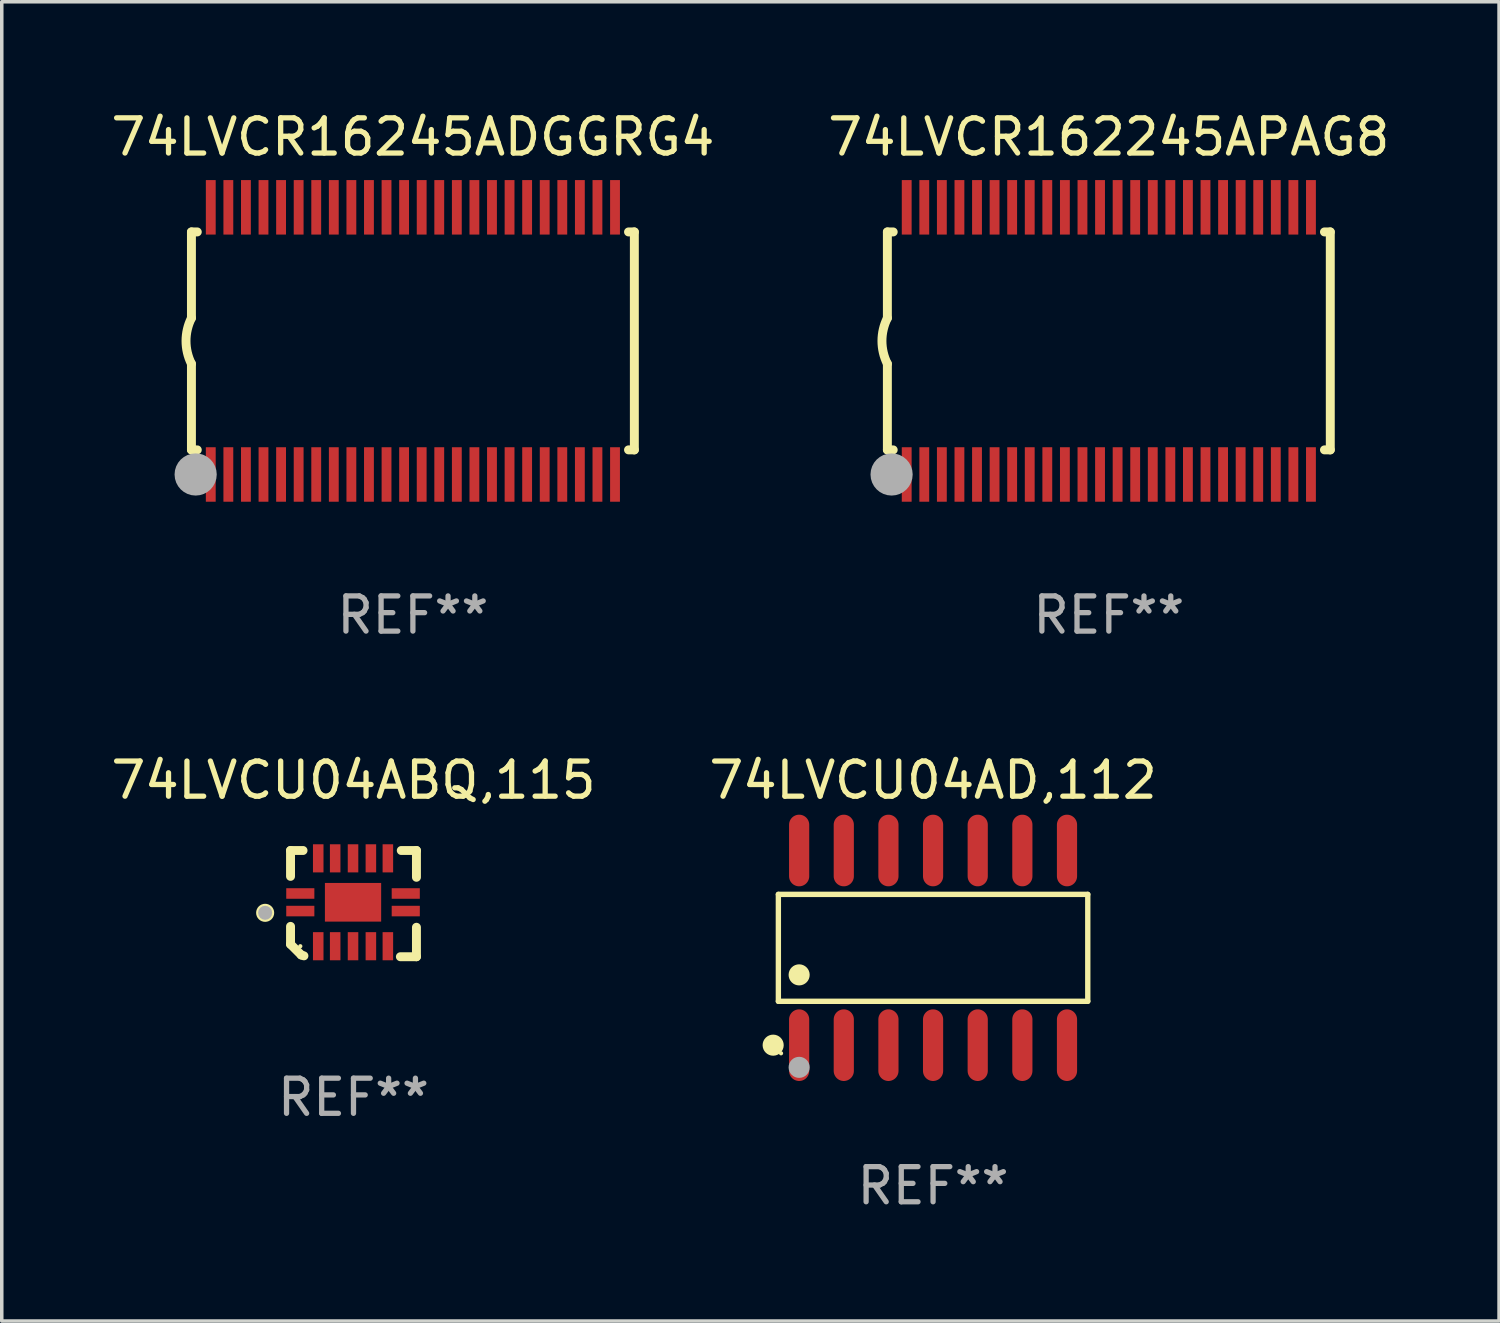
<source format=kicad_pcb>
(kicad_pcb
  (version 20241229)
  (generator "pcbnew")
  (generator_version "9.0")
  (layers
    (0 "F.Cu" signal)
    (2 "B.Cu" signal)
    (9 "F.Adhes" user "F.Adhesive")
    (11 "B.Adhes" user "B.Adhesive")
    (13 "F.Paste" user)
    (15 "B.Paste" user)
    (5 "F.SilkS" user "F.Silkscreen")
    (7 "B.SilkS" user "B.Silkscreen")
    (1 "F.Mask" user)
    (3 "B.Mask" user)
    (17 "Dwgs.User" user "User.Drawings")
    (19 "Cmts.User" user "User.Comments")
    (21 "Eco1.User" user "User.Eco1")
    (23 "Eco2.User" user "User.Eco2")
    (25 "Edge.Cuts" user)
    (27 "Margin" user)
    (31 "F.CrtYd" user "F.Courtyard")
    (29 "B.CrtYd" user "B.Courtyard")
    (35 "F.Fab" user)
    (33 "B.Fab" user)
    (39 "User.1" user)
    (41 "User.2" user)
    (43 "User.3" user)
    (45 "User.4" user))
  (footprint "74LVCR16245ADGGRG4"
    (layer "F.Cu")
    (at 8.696 6.648)
    (property "Reference" "74LVCR16245ADGGRG4" (at 0 -5.8 0) (layer "F.SilkS") (effects (font (size 1 1) (thickness 0.15))))
    (attr through_hole)
    (fp_line (start -6.3 -3.1) (end -6.3 -0.65) (stroke (width 0.254) (type solid)) (layer "F.SilkS"))
    (fp_line (start -6.3 -3.1) (end -6.134 -3.1) (stroke (width 0.254) (type solid)) (layer "F.SilkS"))
    (fp_line (start -6.3 3.1) (end -6.3 0.65) (stroke (width 0.254) (type solid)) (layer "F.SilkS"))
    (fp_line (start -6.3 3.1) (end -6.134 3.1) (stroke (width 0.254) (type solid)) (layer "F.SilkS"))
    (fp_line (start 6.134 -3.1) (end 6.3 -3.1) (stroke (width 0.254) (type solid)) (layer "F.SilkS"))
    (fp_line (start 6.134 3.1) (end 6.3 3.1) (stroke (width 0.254) (type solid)) (layer "F.SilkS"))
    (fp_line (start 6.3 -3.1) (end 6.3 3.1) (stroke (width 0.254) (type solid)) (layer "F.SilkS"))
    (fp_arc (start -6.301016 0.650114) (mid -6.45413 -0.000082) (end -6.3 -0.650038) (stroke (width 0.254001) (type solid)) (layer "F.SilkS"))
    (fp_circle (center -6.35 3.81) (end -6.223 3.81) (stroke (width 0.254) (type solid)) (fill no) (layer "F.SilkS"))
    (fp_circle (center -6.25 4.05) (end -6.22 4.05) (stroke (width 0.06) (type solid)) (fill no) (layer "F.SilkS"))
    (fp_circle (center -6.18 3.8) (end -5.88 3.8) (stroke (width 0.6) (type solid)) (fill no) (layer "F.Fab"))
    (fp_text user "REF**" (at 0 7.8 0) (layer "F.Fab") (effects (font (size 1 1) (thickness 0.15))))
    (pad "1" smd rect (at -5.75 3.8) (size 0.28 1.55) (layers "F.Cu" "F.Mask" "F.Paste"))
    (pad "2" smd rect (at -5.25 3.8) (size 0.28 1.55) (layers "F.Cu" "F.Mask" "F.Paste"))
    (pad "3" smd rect (at -4.75 3.8) (size 0.28 1.55) (layers "F.Cu" "F.Mask" "F.Paste"))
    (pad "4" smd rect (at -4.25 3.8) (size 0.28 1.55) (layers "F.Cu" "F.Mask" "F.Paste"))
    (pad "5" smd rect (at -3.75 3.8) (size 0.28 1.55) (layers "F.Cu" "F.Mask" "F.Paste"))
    (pad "6" smd rect (at -3.25 3.8) (size 0.28 1.55) (layers "F.Cu" "F.Mask" "F.Paste"))
    (pad "7" smd rect (at -2.75 3.8) (size 0.28 1.55) (layers "F.Cu" "F.Mask" "F.Paste"))
    (pad "8" smd rect (at -2.25 3.8) (size 0.28 1.55) (layers "F.Cu" "F.Mask" "F.Paste"))
    (pad "9" smd rect (at -1.75 3.8) (size 0.28 1.55) (layers "F.Cu" "F.Mask" "F.Paste"))
    (pad "10" smd rect (at -1.25 3.8) (size 0.28 1.55) (layers "F.Cu" "F.Mask" "F.Paste"))
    (pad "11" smd rect (at -0.75 3.8) (size 0.28 1.55) (layers "F.Cu" "F.Mask" "F.Paste"))
    (pad "12" smd rect (at -0.25 3.8) (size 0.28 1.55) (layers "F.Cu" "F.Mask" "F.Paste"))
    (pad "13" smd rect (at 0.25 3.8) (size 0.28 1.55) (layers "F.Cu" "F.Mask" "F.Paste"))
    (pad "14" smd rect (at 0.75 3.8) (size 0.28 1.55) (layers "F.Cu" "F.Mask" "F.Paste"))
    (pad "15" smd rect (at 1.25 3.8) (size 0.28 1.55) (layers "F.Cu" "F.Mask" "F.Paste"))
    (pad "16" smd rect (at 1.75 3.8) (size 0.28 1.55) (layers "F.Cu" "F.Mask" "F.Paste"))
    (pad "17" smd rect (at 2.25 3.8) (size 0.28 1.55) (layers "F.Cu" "F.Mask" "F.Paste"))
    (pad "18" smd rect (at 2.75 3.8) (size 0.28 1.55) (layers "F.Cu" "F.Mask" "F.Paste"))
    (pad "19" smd rect (at 3.25 3.8) (size 0.28 1.55) (layers "F.Cu" "F.Mask" "F.Paste"))
    (pad "20" smd rect (at 3.75 3.8) (size 0.28 1.55) (layers "F.Cu" "F.Mask" "F.Paste"))
    (pad "21" smd rect (at 4.25 3.8) (size 0.28 1.55) (layers "F.Cu" "F.Mask" "F.Paste"))
    (pad "22" smd rect (at 4.75 3.8) (size 0.28 1.55) (layers "F.Cu" "F.Mask" "F.Paste"))
    (pad "23" smd rect (at 5.25 3.8) (size 0.28 1.55) (layers "F.Cu" "F.Mask" "F.Paste"))
    (pad "24" smd rect (at 5.75 3.8) (size 0.28 1.55) (layers "F.Cu" "F.Mask" "F.Paste"))
    (pad "25" smd rect (at 5.75 -3.8) (size 0.28 1.55) (layers "F.Cu" "F.Mask" "F.Paste"))
    (pad "26" smd rect (at 5.25 -3.8) (size 0.28 1.55) (layers "F.Cu" "F.Mask" "F.Paste"))
    (pad "27" smd rect (at 4.75 -3.8) (size 0.28 1.55) (layers "F.Cu" "F.Mask" "F.Paste"))
    (pad "28" smd rect (at 4.25 -3.8) (size 0.28 1.55) (layers "F.Cu" "F.Mask" "F.Paste"))
    (pad "29" smd rect (at 3.75 -3.8) (size 0.28 1.55) (layers "F.Cu" "F.Mask" "F.Paste"))
    (pad "30" smd rect (at 3.25 -3.8) (size 0.28 1.55) (layers "F.Cu" "F.Mask" "F.Paste"))
    (pad "31" smd rect (at 2.75 -3.8) (size 0.28 1.55) (layers "F.Cu" "F.Mask" "F.Paste"))
    (pad "32" smd rect (at 2.25 -3.8) (size 0.28 1.55) (layers "F.Cu" "F.Mask" "F.Paste"))
    (pad "33" smd rect (at 1.75 -3.8) (size 0.28 1.55) (layers "F.Cu" "F.Mask" "F.Paste"))
    (pad "34" smd rect (at 1.25 -3.8) (size 0.28 1.55) (layers "F.Cu" "F.Mask" "F.Paste"))
    (pad "35" smd rect (at 0.75 -3.8) (size 0.28 1.55) (layers "F.Cu" "F.Mask" "F.Paste"))
    (pad "36" smd rect (at 0.25 -3.8) (size 0.28 1.55) (layers "F.Cu" "F.Mask" "F.Paste"))
    (pad "37" smd rect (at -0.25 -3.8) (size 0.28 1.55) (layers "F.Cu" "F.Mask" "F.Paste"))
    (pad "38" smd rect (at -0.75 -3.8) (size 0.28 1.55) (layers "F.Cu" "F.Mask" "F.Paste"))
    (pad "39" smd rect (at -1.25 -3.8) (size 0.28 1.55) (layers "F.Cu" "F.Mask" "F.Paste"))
    (pad "40" smd rect (at -1.75 -3.8) (size 0.28 1.55) (layers "F.Cu" "F.Mask" "F.Paste"))
    (pad "41" smd rect (at -2.25 -3.8) (size 0.28 1.55) (layers "F.Cu" "F.Mask" "F.Paste"))
    (pad "42" smd rect (at -2.75 -3.8) (size 0.28 1.55) (layers "F.Cu" "F.Mask" "F.Paste"))
    (pad "43" smd rect (at -3.25 -3.8) (size 0.28 1.55) (layers "F.Cu" "F.Mask" "F.Paste"))
    (pad "44" smd rect (at -3.75 -3.8) (size 0.28 1.55) (layers "F.Cu" "F.Mask" "F.Paste"))
    (pad "45" smd rect (at -4.25 -3.8) (size 0.28 1.55) (layers "F.Cu" "F.Mask" "F.Paste"))
    (pad "46" smd rect (at -4.75 -3.8) (size 0.28 1.55) (layers "F.Cu" "F.Mask" "F.Paste"))
    (pad "47" smd rect (at -5.25 -3.8) (size 0.28 1.55) (layers "F.Cu" "F.Mask" "F.Paste"))
    (pad "48" smd rect (at -5.75 -3.8) (size 0.28 1.55) (layers "F.Cu" "F.Mask" "F.Paste")))
  (footprint "74LVCU04ABQ,115"
    (layer "F.Cu")
    (at 7.006 22.656)
    (property "Reference" "74LVCU04ABQ,115" (at 0 -3.511 0) (layer "F.SilkS") (effects (font (size 1 1) (thickness 0.15))))
    (attr through_hole)
    (fp_line (start -1.791 -1.511) (end -1.435 -1.511) (stroke (width 0.254) (type solid)) (layer "F.SilkS"))
    (fp_line (start -1.791 -0.775) (end -1.791 -1.511) (stroke (width 0.254) (type solid)) (layer "F.SilkS"))
    (fp_line (start -1.791 1.156) (end -1.791 0.648) (stroke (width 0.254) (type solid)) (layer "F.SilkS"))
    (fp_line (start -1.486 1.461) (end -1.791 1.156) (stroke (width 0.254) (type solid)) (layer "F.SilkS"))
    (fp_line (start -1.41 1.486) (end -1.486 1.461) (stroke (width 0.254) (type solid)) (layer "F.SilkS"))
    (fp_line (start 1.334 1.511) (end 1.791 1.511) (stroke (width 0.254) (type solid)) (layer "F.SilkS"))
    (fp_line (start 1.791 -1.511) (end 1.359 -1.511) (stroke (width 0.254) (type solid)) (layer "F.SilkS"))
    (fp_line (start 1.791 -0.749) (end 1.791 -1.511) (stroke (width 0.254) (type solid)) (layer "F.SilkS"))
    (fp_line (start 1.791 1.511) (end 1.791 0.673) (stroke (width 0.254) (type solid)) (layer "F.SilkS"))
    (fp_circle (center -2.513 0.262) (end -2.383 0.262) (stroke (width 0.254) (type solid)) (fill no) (layer "F.SilkS"))
    (fp_circle (center -1.513 1.212) (end -1.483 1.212) (stroke (width 0.06) (type solid)) (fill no) (layer "F.SilkS"))
    (fp_circle (center -2.513 0.262) (end -2.413 0.262) (stroke (width 0.2) (type solid)) (fill no) (layer "F.Fab"))
    (fp_text user "REF**" (at 0 5.511 0) (layer "F.Fab") (effects (font (size 1 1) (thickness 0.15))))
    (pad "1" smd rect (at -1.513 0.212) (size 0.8 0.3) (layers "F.Cu" "F.Mask" "F.Paste"))
    (pad "2" smd rect (at -1.003 1.212) (size 0.3 0.8) (layers "F.Cu" "F.Mask" "F.Paste"))
    (pad "3" smd rect (at -0.521 1.212) (size 0.3 0.8) (layers "F.Cu" "F.Mask" "F.Paste"))
    (pad "4" smd rect (at -0.013 1.212) (size 0.3 0.8) (layers "F.Cu" "F.Mask" "F.Paste"))
    (pad "5" smd rect (at 0.495 1.212) (size 0.3 0.8) (layers "F.Cu" "F.Mask" "F.Paste"))
    (pad "6" smd rect (at 0.978 1.212) (size 0.3 0.8) (layers "F.Cu" "F.Mask" "F.Paste"))
    (pad "7" smd rect (at 1.487 0.212) (size 0.8 0.3) (layers "F.Cu" "F.Mask" "F.Paste"))
    (pad "8" smd rect (at 1.487 -0.288) (size 0.8 0.3) (layers "F.Cu" "F.Mask" "F.Paste"))
    (pad "9" smd rect (at 0.978 -1.288) (size 0.3 0.8) (layers "F.Cu" "F.Mask" "F.Paste"))
    (pad "10" smd rect (at 0.495 -1.288) (size 0.3 0.8) (layers "F.Cu" "F.Mask" "F.Paste"))
    (pad "11" smd rect (at -0.013 -1.288) (size 0.3 0.8) (layers "F.Cu" "F.Mask" "F.Paste"))
    (pad "12" smd rect (at -0.521 -1.288) (size 0.3 0.8) (layers "F.Cu" "F.Mask" "F.Paste"))
    (pad "13" smd rect (at -1.003 -1.288) (size 0.3 0.8) (layers "F.Cu" "F.Mask" "F.Paste"))
    (pad "14" smd rect (at -1.513 -0.288) (size 0.8 0.3) (layers "F.Cu" "F.Mask" "F.Paste"))
    (pad "15" smd rect (at -0.013 -0.038 90) (size 1.1 1.6) (layers "F.Cu" "F.Mask" "F.Paste")))
  (footprint "74LVCU04AD,112"
    (layer "F.Cu")
    (at 23.494 23.914)
    (property "Reference" "74LVCU04AD,112" (at 0 -4.769 0) (layer "F.SilkS") (effects (font (size 1 1) (thickness 0.15))))
    (attr through_hole)
    (fp_line (start -4.401 -1.521) (end 4.401 -1.521) (stroke (width 0.152) (type solid)) (layer "F.SilkS"))
    (fp_line (start -4.401 1.521) (end -4.401 -1.521) (stroke (width 0.152) (type solid)) (layer "F.SilkS"))
    (fp_line (start 4.401 -1.521) (end 4.401 1.521) (stroke (width 0.152) (type solid)) (layer "F.SilkS"))
    (fp_line (start 4.401 1.521) (end -4.401 1.521) (stroke (width 0.152) (type solid)) (layer "F.SilkS"))
    (fp_circle (center -4.549 2.769) (end -4.399 2.769) (stroke (width 0.3) (type solid)) (fill no) (layer "F.SilkS"))
    (fp_circle (center -4.325 3) (end -4.295 3) (stroke (width 0.06) (type solid)) (fill no) (layer "F.SilkS"))
    (fp_circle (center -3.81 0.769) (end -3.66 0.769) (stroke (width 0.3) (type solid)) (fill no) (layer "F.SilkS"))
    (fp_circle (center -3.81 3.4) (end -3.66 3.4) (stroke (width 0.3) (type solid)) (fill no) (layer "F.Fab"))
    (fp_text user "REF**" (at 0 6.769 0) (layer "F.Fab") (effects (font (size 1 1) (thickness 0.15))))
    (pad "1" smd oval (at -3.81 2.769) (size 0.574 2.038) (layers "F.Cu" "F.Mask" "F.Paste"))
    (pad "2" smd oval (at -2.54 2.769) (size 0.574 2.038) (layers "F.Cu" "F.Mask" "F.Paste"))
    (pad "3" smd oval (at -1.27 2.769) (size 0.574 2.038) (layers "F.Cu" "F.Mask" "F.Paste"))
    (pad "4" smd oval (at 0 2.769) (size 0.574 2.038) (layers "F.Cu" "F.Mask" "F.Paste"))
    (pad "5" smd oval (at 1.27 2.769) (size 0.574 2.038) (layers "F.Cu" "F.Mask" "F.Paste"))
    (pad "6" smd oval (at 2.54 2.769) (size 0.574 2.038) (layers "F.Cu" "F.Mask" "F.Paste"))
    (pad "7" smd oval (at 3.81 2.769) (size 0.574 2.038) (layers "F.Cu" "F.Mask" "F.Paste"))
    (pad "8" smd oval (at 3.81 -2.769) (size 0.574 2.038) (layers "F.Cu" "F.Mask" "F.Paste"))
    (pad "9" smd oval (at 2.54 -2.769) (size 0.574 2.038) (layers "F.Cu" "F.Mask" "F.Paste"))
    (pad "10" smd oval (at 1.27 -2.769) (size 0.574 2.038) (layers "F.Cu" "F.Mask" "F.Paste"))
    (pad "11" smd oval (at 0 -2.769) (size 0.574 2.038) (layers "F.Cu" "F.Mask" "F.Paste"))
    (pad "12" smd oval (at -1.27 -2.769) (size 0.574 2.038) (layers "F.Cu" "F.Mask" "F.Paste"))
    (pad "13" smd oval (at -2.54 -2.769) (size 0.574 2.038) (layers "F.Cu" "F.Mask" "F.Paste"))
    (pad "14" smd oval (at -3.81 -2.769) (size 0.574 2.038) (layers "F.Cu" "F.Mask" "F.Paste")))
  (footprint "74LVCR162245APAG8"
    (layer "F.Cu")
    (at 28.494 6.648)
    (property "Reference" "74LVCR162245APAG8" (at 0 -5.8 0) (layer "F.SilkS") (effects (font (size 1 1) (thickness 0.15))))
    (attr through_hole)
    (fp_line (start -6.3 -3.1) (end -6.3 -0.65) (stroke (width 0.254) (type solid)) (layer "F.SilkS"))
    (fp_line (start -6.3 -3.1) (end -6.134 -3.1) (stroke (width 0.254) (type solid)) (layer "F.SilkS"))
    (fp_line (start -6.3 3.1) (end -6.3 0.65) (stroke (width 0.254) (type solid)) (layer "F.SilkS"))
    (fp_line (start -6.3 3.1) (end -6.134 3.1) (stroke (width 0.254) (type solid)) (layer "F.SilkS"))
    (fp_line (start 6.134 -3.1) (end 6.3 -3.1) (stroke (width 0.254) (type solid)) (layer "F.SilkS"))
    (fp_line (start 6.134 3.1) (end 6.3 3.1) (stroke (width 0.254) (type solid)) (layer "F.SilkS"))
    (fp_line (start 6.3 -3.1) (end 6.3 3.1) (stroke (width 0.254) (type solid)) (layer "F.SilkS"))
    (fp_arc (start -6.301016 0.650114) (mid -6.45413 -0.000082) (end -6.3 -0.650038) (stroke (width 0.254001) (type solid)) (layer "F.SilkS"))
    (fp_circle (center -6.35 3.81) (end -6.223 3.81) (stroke (width 0.254) (type solid)) (fill no) (layer "F.SilkS"))
    (fp_circle (center -6.25 4.05) (end -6.22 4.05) (stroke (width 0.06) (type solid)) (fill no) (layer "F.SilkS"))
    (fp_circle (center -6.18 3.8) (end -5.88 3.8) (stroke (width 0.6) (type solid)) (fill no) (layer "F.Fab"))
    (fp_text user "REF**" (at 0 7.8 0) (layer "F.Fab") (effects (font (size 1 1) (thickness 0.15))))
    (pad "1" smd rect (at -5.75 3.8) (size 0.28 1.55) (layers "F.Cu" "F.Mask" "F.Paste"))
    (pad "2" smd rect (at -5.25 3.8) (size 0.28 1.55) (layers "F.Cu" "F.Mask" "F.Paste"))
    (pad "3" smd rect (at -4.75 3.8) (size 0.28 1.55) (layers "F.Cu" "F.Mask" "F.Paste"))
    (pad "4" smd rect (at -4.25 3.8) (size 0.28 1.55) (layers "F.Cu" "F.Mask" "F.Paste"))
    (pad "5" smd rect (at -3.75 3.8) (size 0.28 1.55) (layers "F.Cu" "F.Mask" "F.Paste"))
    (pad "6" smd rect (at -3.25 3.8) (size 0.28 1.55) (layers "F.Cu" "F.Mask" "F.Paste"))
    (pad "7" smd rect (at -2.75 3.8) (size 0.28 1.55) (layers "F.Cu" "F.Mask" "F.Paste"))
    (pad "8" smd rect (at -2.25 3.8) (size 0.28 1.55) (layers "F.Cu" "F.Mask" "F.Paste"))
    (pad "9" smd rect (at -1.75 3.8) (size 0.28 1.55) (layers "F.Cu" "F.Mask" "F.Paste"))
    (pad "10" smd rect (at -1.25 3.8) (size 0.28 1.55) (layers "F.Cu" "F.Mask" "F.Paste"))
    (pad "11" smd rect (at -0.75 3.8) (size 0.28 1.55) (layers "F.Cu" "F.Mask" "F.Paste"))
    (pad "12" smd rect (at -0.25 3.8) (size 0.28 1.55) (layers "F.Cu" "F.Mask" "F.Paste"))
    (pad "13" smd rect (at 0.25 3.8) (size 0.28 1.55) (layers "F.Cu" "F.Mask" "F.Paste"))
    (pad "14" smd rect (at 0.75 3.8) (size 0.28 1.55) (layers "F.Cu" "F.Mask" "F.Paste"))
    (pad "15" smd rect (at 1.25 3.8) (size 0.28 1.55) (layers "F.Cu" "F.Mask" "F.Paste"))
    (pad "16" smd rect (at 1.75 3.8) (size 0.28 1.55) (layers "F.Cu" "F.Mask" "F.Paste"))
    (pad "17" smd rect (at 2.25 3.8) (size 0.28 1.55) (layers "F.Cu" "F.Mask" "F.Paste"))
    (pad "18" smd rect (at 2.75 3.8) (size 0.28 1.55) (layers "F.Cu" "F.Mask" "F.Paste"))
    (pad "19" smd rect (at 3.25 3.8) (size 0.28 1.55) (layers "F.Cu" "F.Mask" "F.Paste"))
    (pad "20" smd rect (at 3.75 3.8) (size 0.28 1.55) (layers "F.Cu" "F.Mask" "F.Paste"))
    (pad "21" smd rect (at 4.25 3.8) (size 0.28 1.55) (layers "F.Cu" "F.Mask" "F.Paste"))
    (pad "22" smd rect (at 4.75 3.8) (size 0.28 1.55) (layers "F.Cu" "F.Mask" "F.Paste"))
    (pad "23" smd rect (at 5.25 3.8) (size 0.28 1.55) (layers "F.Cu" "F.Mask" "F.Paste"))
    (pad "24" smd rect (at 5.75 3.8) (size 0.28 1.55) (layers "F.Cu" "F.Mask" "F.Paste"))
    (pad "25" smd rect (at 5.75 -3.8) (size 0.28 1.55) (layers "F.Cu" "F.Mask" "F.Paste"))
    (pad "26" smd rect (at 5.25 -3.8) (size 0.28 1.55) (layers "F.Cu" "F.Mask" "F.Paste"))
    (pad "27" smd rect (at 4.75 -3.8) (size 0.28 1.55) (layers "F.Cu" "F.Mask" "F.Paste"))
    (pad "28" smd rect (at 4.25 -3.8) (size 0.28 1.55) (layers "F.Cu" "F.Mask" "F.Paste"))
    (pad "29" smd rect (at 3.75 -3.8) (size 0.28 1.55) (layers "F.Cu" "F.Mask" "F.Paste"))
    (pad "30" smd rect (at 3.25 -3.8) (size 0.28 1.55) (layers "F.Cu" "F.Mask" "F.Paste"))
    (pad "31" smd rect (at 2.75 -3.8) (size 0.28 1.55) (layers "F.Cu" "F.Mask" "F.Paste"))
    (pad "32" smd rect (at 2.25 -3.8) (size 0.28 1.55) (layers "F.Cu" "F.Mask" "F.Paste"))
    (pad "33" smd rect (at 1.75 -3.8) (size 0.28 1.55) (layers "F.Cu" "F.Mask" "F.Paste"))
    (pad "34" smd rect (at 1.25 -3.8) (size 0.28 1.55) (layers "F.Cu" "F.Mask" "F.Paste"))
    (pad "35" smd rect (at 0.75 -3.8) (size 0.28 1.55) (layers "F.Cu" "F.Mask" "F.Paste"))
    (pad "36" smd rect (at 0.25 -3.8) (size 0.28 1.55) (layers "F.Cu" "F.Mask" "F.Paste"))
    (pad "37" smd rect (at -0.25 -3.8) (size 0.28 1.55) (layers "F.Cu" "F.Mask" "F.Paste"))
    (pad "38" smd rect (at -0.75 -3.8) (size 0.28 1.55) (layers "F.Cu" "F.Mask" "F.Paste"))
    (pad "39" smd rect (at -1.25 -3.8) (size 0.28 1.55) (layers "F.Cu" "F.Mask" "F.Paste"))
    (pad "40" smd rect (at -1.75 -3.8) (size 0.28 1.55) (layers "F.Cu" "F.Mask" "F.Paste"))
    (pad "41" smd rect (at -2.25 -3.8) (size 0.28 1.55) (layers "F.Cu" "F.Mask" "F.Paste"))
    (pad "42" smd rect (at -2.75 -3.8) (size 0.28 1.55) (layers "F.Cu" "F.Mask" "F.Paste"))
    (pad "43" smd rect (at -3.25 -3.8) (size 0.28 1.55) (layers "F.Cu" "F.Mask" "F.Paste"))
    (pad "44" smd rect (at -3.75 -3.8) (size 0.28 1.55) (layers "F.Cu" "F.Mask" "F.Paste"))
    (pad "45" smd rect (at -4.25 -3.8) (size 0.28 1.55) (layers "F.Cu" "F.Mask" "F.Paste"))
    (pad "46" smd rect (at -4.75 -3.8) (size 0.28 1.55) (layers "F.Cu" "F.Mask" "F.Paste"))
    (pad "47" smd rect (at -5.25 -3.8) (size 0.28 1.55) (layers "F.Cu" "F.Mask" "F.Paste"))
    (pad "48" smd rect (at -5.75 -3.8) (size 0.28 1.55) (layers "F.Cu" "F.Mask" "F.Paste")))
  (gr_rect
    (start -3 -3)
    (end 39.595 34.531)
    (stroke (width 0.1) (type default))
    (fill no)
    (layer "Edge.Cuts")))
</source>
